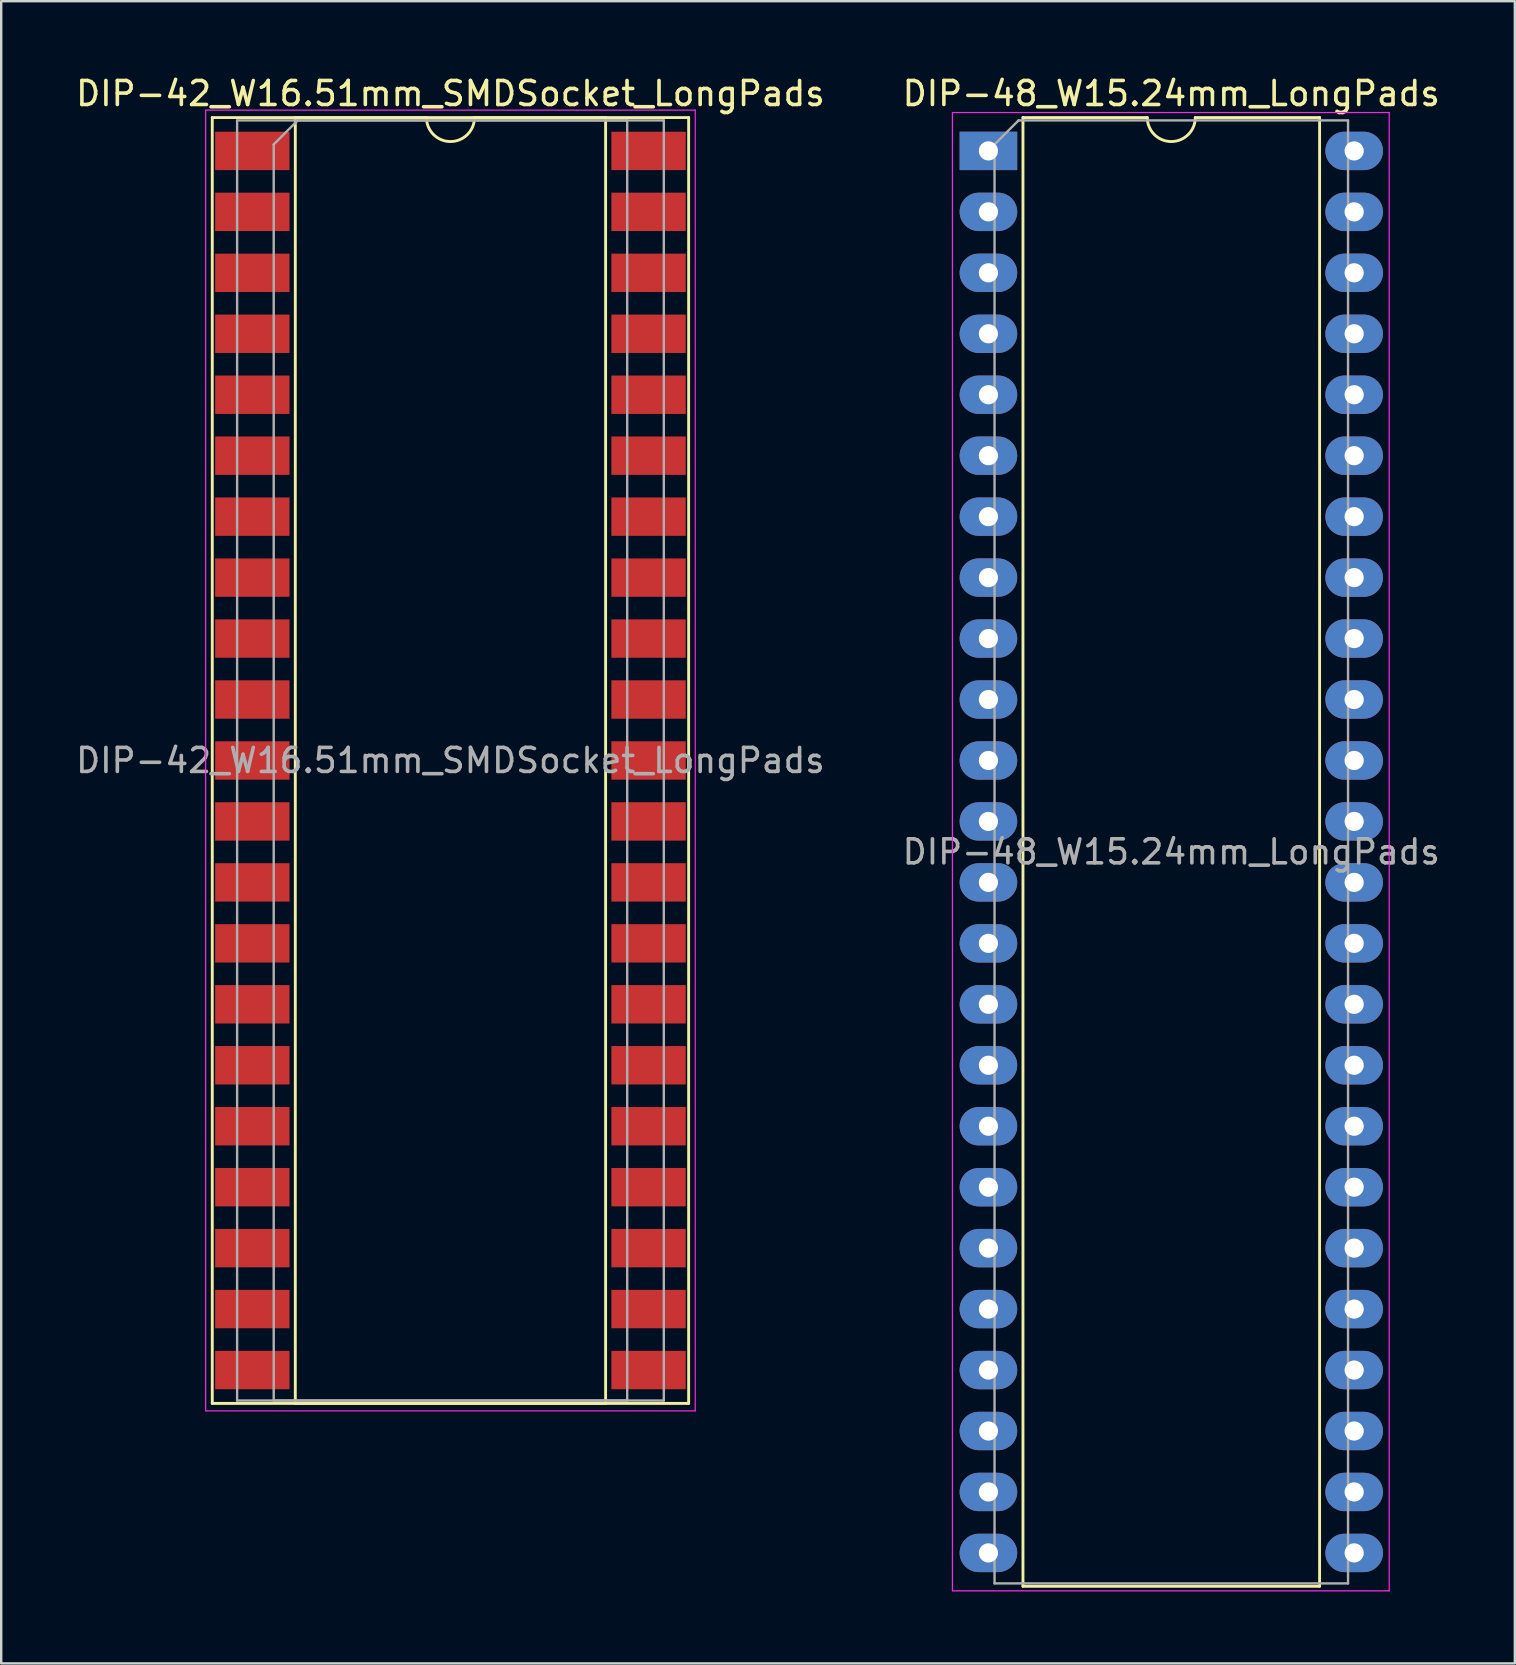
<source format=kicad_pcb>
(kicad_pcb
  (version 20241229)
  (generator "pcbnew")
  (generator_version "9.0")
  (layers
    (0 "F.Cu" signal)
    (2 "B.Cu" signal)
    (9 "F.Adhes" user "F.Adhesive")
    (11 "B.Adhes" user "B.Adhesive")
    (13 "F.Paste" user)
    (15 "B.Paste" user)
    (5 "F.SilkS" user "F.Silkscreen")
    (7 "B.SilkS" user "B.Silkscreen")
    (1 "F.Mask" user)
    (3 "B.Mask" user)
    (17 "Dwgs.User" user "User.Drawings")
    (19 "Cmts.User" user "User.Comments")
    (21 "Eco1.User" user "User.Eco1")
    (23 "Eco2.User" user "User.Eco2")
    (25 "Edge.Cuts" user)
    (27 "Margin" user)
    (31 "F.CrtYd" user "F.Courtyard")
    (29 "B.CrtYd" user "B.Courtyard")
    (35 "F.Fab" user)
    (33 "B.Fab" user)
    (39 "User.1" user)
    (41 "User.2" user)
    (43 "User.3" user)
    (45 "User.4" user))
  (footprint "DIP-42_W16.51mm_SMDSocket_LongPads"
    (layer "F.Cu")
    (at 15.72 28.638)
    (property "Reference" "DIP-42_W16.51mm_SMDSocket_LongPads" (at 0 -27.79 0) (layer "F.SilkS") (effects (font (size 1 1) (thickness 0.15))))
    (attr smd)
    (fp_line (start -9.925 -26.79) (end -9.925 26.79) (stroke (width 0.12) (type solid)) (layer "F.SilkS"))
    (fp_line (start -9.925 26.79) (end 9.925 26.79) (stroke (width 0.12) (type solid)) (layer "F.SilkS"))
    (fp_line (start -6.465 -26.79) (end -6.465 26.79) (stroke (width 0.12) (type solid)) (layer "F.SilkS"))
    (fp_line (start -6.465 26.79) (end 6.465 26.79) (stroke (width 0.12) (type solid)) (layer "F.SilkS"))
    (fp_line (start -1 -26.79) (end -6.465 -26.79) (stroke (width 0.12) (type solid)) (layer "F.SilkS"))
    (fp_line (start 6.465 -26.79) (end 1 -26.79) (stroke (width 0.12) (type solid)) (layer "F.SilkS"))
    (fp_line (start 6.465 26.79) (end 6.465 -26.79) (stroke (width 0.12) (type solid)) (layer "F.SilkS"))
    (fp_line (start 9.925 -26.79) (end -9.925 -26.79) (stroke (width 0.12) (type solid)) (layer "F.SilkS"))
    (fp_line (start 9.925 26.79) (end 9.925 -26.79) (stroke (width 0.12) (type solid)) (layer "F.SilkS"))
    (fp_arc (start 1 -26.79) (mid 0 -25.79) (end -1 -26.79) (stroke (width 0.12) (type solid)) (layer "F.SilkS"))
    (fp_line (start -10.2 -27.1) (end -10.2 27.1) (stroke (width 0.05) (type solid)) (layer "F.CrtYd"))
    (fp_line (start -10.2 27.1) (end 10.2 27.1) (stroke (width 0.05) (type solid)) (layer "F.CrtYd"))
    (fp_line (start 10.2 -27.1) (end -10.2 -27.1) (stroke (width 0.05) (type solid)) (layer "F.CrtYd"))
    (fp_line (start 10.2 27.1) (end 10.2 -27.1) (stroke (width 0.05) (type solid)) (layer "F.CrtYd"))
    (fp_line (start -8.89 -26.67) (end -8.89 26.67) (stroke (width 0.1) (type solid)) (layer "F.Fab"))
    (fp_line (start -8.89 26.67) (end 8.89 26.67) (stroke (width 0.1) (type solid)) (layer "F.Fab"))
    (fp_line (start -7.365 -25.67) (end -6.365 -26.67) (stroke (width 0.1) (type solid)) (layer "F.Fab"))
    (fp_line (start -7.365 26.67) (end -7.365 -25.67) (stroke (width 0.1) (type solid)) (layer "F.Fab"))
    (fp_line (start -6.365 -26.67) (end 7.365 -26.67) (stroke (width 0.1) (type solid)) (layer "F.Fab"))
    (fp_line (start 7.365 -26.67) (end 7.365 26.67) (stroke (width 0.1) (type solid)) (layer "F.Fab"))
    (fp_line (start 7.365 26.67) (end -7.365 26.67) (stroke (width 0.1) (type solid)) (layer "F.Fab"))
    (fp_line (start 8.89 -26.67) (end -8.89 -26.67) (stroke (width 0.1) (type solid)) (layer "F.Fab"))
    (fp_line (start 8.89 26.67) (end 8.89 -26.67) (stroke (width 0.1) (type solid)) (layer "F.Fab"))
    (fp_text user "${REFERENCE}" (at 0 0 0) (layer "F.Fab") (effects (font (size 1 1) (thickness 0.15))))
    (pad "1" smd rect (at -8.255 -25.4) (size 3.1 1.6) (layers "F.Cu" "F.Mask" "F.Paste"))
    (pad "2" smd rect (at -8.255 -22.86) (size 3.1 1.6) (layers "F.Cu" "F.Mask" "F.Paste"))
    (pad "3" smd rect (at -8.255 -20.32) (size 3.1 1.6) (layers "F.Cu" "F.Mask" "F.Paste"))
    (pad "4" smd rect (at -8.255 -17.78) (size 3.1 1.6) (layers "F.Cu" "F.Mask" "F.Paste"))
    (pad "5" smd rect (at -8.255 -15.24) (size 3.1 1.6) (layers "F.Cu" "F.Mask" "F.Paste"))
    (pad "6" smd rect (at -8.255 -12.7) (size 3.1 1.6) (layers "F.Cu" "F.Mask" "F.Paste"))
    (pad "7" smd rect (at -8.255 -10.16) (size 3.1 1.6) (layers "F.Cu" "F.Mask" "F.Paste"))
    (pad "8" smd rect (at -8.255 -7.62) (size 3.1 1.6) (layers "F.Cu" "F.Mask" "F.Paste"))
    (pad "9" smd rect (at -8.255 -5.08) (size 3.1 1.6) (layers "F.Cu" "F.Mask" "F.Paste"))
    (pad "10" smd rect (at -8.255 -2.54) (size 3.1 1.6) (layers "F.Cu" "F.Mask" "F.Paste"))
    (pad "11" smd rect (at -8.255 0) (size 3.1 1.6) (layers "F.Cu" "F.Mask" "F.Paste"))
    (pad "12" smd rect (at -8.255 2.54) (size 3.1 1.6) (layers "F.Cu" "F.Mask" "F.Paste"))
    (pad "13" smd rect (at -8.255 5.08) (size 3.1 1.6) (layers "F.Cu" "F.Mask" "F.Paste"))
    (pad "14" smd rect (at -8.255 7.62) (size 3.1 1.6) (layers "F.Cu" "F.Mask" "F.Paste"))
    (pad "15" smd rect (at -8.255 10.16) (size 3.1 1.6) (layers "F.Cu" "F.Mask" "F.Paste"))
    (pad "16" smd rect (at -8.255 12.7) (size 3.1 1.6) (layers "F.Cu" "F.Mask" "F.Paste"))
    (pad "17" smd rect (at -8.255 15.24) (size 3.1 1.6) (layers "F.Cu" "F.Mask" "F.Paste"))
    (pad "18" smd rect (at -8.255 17.78) (size 3.1 1.6) (layers "F.Cu" "F.Mask" "F.Paste"))
    (pad "19" smd rect (at -8.255 20.32) (size 3.1 1.6) (layers "F.Cu" "F.Mask" "F.Paste"))
    (pad "20" smd rect (at -8.255 22.86) (size 3.1 1.6) (layers "F.Cu" "F.Mask" "F.Paste"))
    (pad "21" smd rect (at -8.255 25.4) (size 3.1 1.6) (layers "F.Cu" "F.Mask" "F.Paste"))
    (pad "22" smd rect (at 8.255 25.4) (size 3.1 1.6) (layers "F.Cu" "F.Mask" "F.Paste"))
    (pad "23" smd rect (at 8.255 22.86) (size 3.1 1.6) (layers "F.Cu" "F.Mask" "F.Paste"))
    (pad "24" smd rect (at 8.255 20.32) (size 3.1 1.6) (layers "F.Cu" "F.Mask" "F.Paste"))
    (pad "25" smd rect (at 8.255 17.78) (size 3.1 1.6) (layers "F.Cu" "F.Mask" "F.Paste"))
    (pad "26" smd rect (at 8.255 15.24) (size 3.1 1.6) (layers "F.Cu" "F.Mask" "F.Paste"))
    (pad "27" smd rect (at 8.255 12.7) (size 3.1 1.6) (layers "F.Cu" "F.Mask" "F.Paste"))
    (pad "28" smd rect (at 8.255 10.16) (size 3.1 1.6) (layers "F.Cu" "F.Mask" "F.Paste"))
    (pad "29" smd rect (at 8.255 7.62) (size 3.1 1.6) (layers "F.Cu" "F.Mask" "F.Paste"))
    (pad "30" smd rect (at 8.255 5.08) (size 3.1 1.6) (layers "F.Cu" "F.Mask" "F.Paste"))
    (pad "31" smd rect (at 8.255 2.54) (size 3.1 1.6) (layers "F.Cu" "F.Mask" "F.Paste"))
    (pad "32" smd rect (at 8.255 0) (size 3.1 1.6) (layers "F.Cu" "F.Mask" "F.Paste"))
    (pad "33" smd rect (at 8.255 -2.54) (size 3.1 1.6) (layers "F.Cu" "F.Mask" "F.Paste"))
    (pad "34" smd rect (at 8.255 -5.08) (size 3.1 1.6) (layers "F.Cu" "F.Mask" "F.Paste"))
    (pad "35" smd rect (at 8.255 -7.62) (size 3.1 1.6) (layers "F.Cu" "F.Mask" "F.Paste"))
    (pad "36" smd rect (at 8.255 -10.16) (size 3.1 1.6) (layers "F.Cu" "F.Mask" "F.Paste"))
    (pad "37" smd rect (at 8.255 -12.7) (size 3.1 1.6) (layers "F.Cu" "F.Mask" "F.Paste"))
    (pad "38" smd rect (at 8.255 -15.24) (size 3.1 1.6) (layers "F.Cu" "F.Mask" "F.Paste"))
    (pad "39" smd rect (at 8.255 -17.78) (size 3.1 1.6) (layers "F.Cu" "F.Mask" "F.Paste"))
    (pad "40" smd rect (at 8.255 -20.32) (size 3.1 1.6) (layers "F.Cu" "F.Mask" "F.Paste"))
    (pad "41" smd rect (at 8.255 -22.86) (size 3.1 1.6) (layers "F.Cu" "F.Mask" "F.Paste"))
    (pad "42" smd rect (at 8.255 -25.4) (size 3.1 1.6) (layers "F.Cu" "F.Mask" "F.Paste")))
  (footprint "DIP-48_W15.24mm_LongPads"
    (layer "F.Cu")
    (at 38.136 3.238)
    (property "Reference" "DIP-48_W15.24mm_LongPads" (at 7.62 -2.39 0) (layer "F.SilkS") (effects (font (size 1 1) (thickness 0.15))))
    (attr through_hole)
    (fp_line (start 1.44 -1.39) (end 1.44 59.81) (stroke (width 0.12) (type solid)) (layer "F.SilkS"))
    (fp_line (start 1.44 59.81) (end 13.8 59.81) (stroke (width 0.12) (type solid)) (layer "F.SilkS"))
    (fp_line (start 6.62 -1.39) (end 1.44 -1.39) (stroke (width 0.12) (type solid)) (layer "F.SilkS"))
    (fp_line (start 13.8 -1.39) (end 8.62 -1.39) (stroke (width 0.12) (type solid)) (layer "F.SilkS"))
    (fp_line (start 13.8 59.81) (end 13.8 -1.39) (stroke (width 0.12) (type solid)) (layer "F.SilkS"))
    (fp_arc (start 8.62 -1.39) (mid 7.62 -0.39) (end 6.62 -1.39) (stroke (width 0.12) (type solid)) (layer "F.SilkS"))
    (fp_line (start -1.5 -1.6) (end -1.5 60) (stroke (width 0.05) (type solid)) (layer "F.CrtYd"))
    (fp_line (start -1.5 60) (end 16.7 60) (stroke (width 0.05) (type solid)) (layer "F.CrtYd"))
    (fp_line (start 16.7 -1.6) (end -1.5 -1.6) (stroke (width 0.05) (type solid)) (layer "F.CrtYd"))
    (fp_line (start 16.7 60) (end 16.7 -1.6) (stroke (width 0.05) (type solid)) (layer "F.CrtYd"))
    (fp_line (start 0.255 -0.27) (end 1.255 -1.27) (stroke (width 0.1) (type solid)) (layer "F.Fab"))
    (fp_line (start 0.255 59.69) (end 0.255 -0.27) (stroke (width 0.1) (type solid)) (layer "F.Fab"))
    (fp_line (start 1.255 -1.27) (end 14.985 -1.27) (stroke (width 0.1) (type solid)) (layer "F.Fab"))
    (fp_line (start 14.985 -1.27) (end 14.985 59.69) (stroke (width 0.1) (type solid)) (layer "F.Fab"))
    (fp_line (start 14.985 59.69) (end 0.255 59.69) (stroke (width 0.1) (type solid)) (layer "F.Fab"))
    (fp_text user "${REFERENCE}" (at 7.62 29.21 0) (layer "F.Fab") (effects (font (size 1 1) (thickness 0.15))))
    (pad "1" thru_hole rect (at 0 0) (size 2.4 1.6) (drill 0.8) (layers "*.Cu" "*.Mask"))
    (pad "2" thru_hole oval (at 0 2.54) (size 2.4 1.6) (drill 0.8) (layers "*.Cu" "*.Mask"))
    (pad "3" thru_hole oval (at 0 5.08) (size 2.4 1.6) (drill 0.8) (layers "*.Cu" "*.Mask"))
    (pad "4" thru_hole oval (at 0 7.62) (size 2.4 1.6) (drill 0.8) (layers "*.Cu" "*.Mask"))
    (pad "5" thru_hole oval (at 0 10.16) (size 2.4 1.6) (drill 0.8) (layers "*.Cu" "*.Mask"))
    (pad "6" thru_hole oval (at 0 12.7) (size 2.4 1.6) (drill 0.8) (layers "*.Cu" "*.Mask"))
    (pad "7" thru_hole oval (at 0 15.24) (size 2.4 1.6) (drill 0.8) (layers "*.Cu" "*.Mask"))
    (pad "8" thru_hole oval (at 0 17.78) (size 2.4 1.6) (drill 0.8) (layers "*.Cu" "*.Mask"))
    (pad "9" thru_hole oval (at 0 20.32) (size 2.4 1.6) (drill 0.8) (layers "*.Cu" "*.Mask"))
    (pad "10" thru_hole oval (at 0 22.86) (size 2.4 1.6) (drill 0.8) (layers "*.Cu" "*.Mask"))
    (pad "11" thru_hole oval (at 0 25.4) (size 2.4 1.6) (drill 0.8) (layers "*.Cu" "*.Mask"))
    (pad "12" thru_hole oval (at 0 27.94) (size 2.4 1.6) (drill 0.8) (layers "*.Cu" "*.Mask"))
    (pad "13" thru_hole oval (at 0 30.48) (size 2.4 1.6) (drill 0.8) (layers "*.Cu" "*.Mask"))
    (pad "14" thru_hole oval (at 0 33.02) (size 2.4 1.6) (drill 0.8) (layers "*.Cu" "*.Mask"))
    (pad "15" thru_hole oval (at 0 35.56) (size 2.4 1.6) (drill 0.8) (layers "*.Cu" "*.Mask"))
    (pad "16" thru_hole oval (at 0 38.1) (size 2.4 1.6) (drill 0.8) (layers "*.Cu" "*.Mask"))
    (pad "17" thru_hole oval (at 0 40.64) (size 2.4 1.6) (drill 0.8) (layers "*.Cu" "*.Mask"))
    (pad "18" thru_hole oval (at 0 43.18) (size 2.4 1.6) (drill 0.8) (layers "*.Cu" "*.Mask"))
    (pad "19" thru_hole oval (at 0 45.72) (size 2.4 1.6) (drill 0.8) (layers "*.Cu" "*.Mask"))
    (pad "20" thru_hole oval (at 0 48.26) (size 2.4 1.6) (drill 0.8) (layers "*.Cu" "*.Mask"))
    (pad "21" thru_hole oval (at 0 50.8) (size 2.4 1.6) (drill 0.8) (layers "*.Cu" "*.Mask"))
    (pad "22" thru_hole oval (at 0 53.34) (size 2.4 1.6) (drill 0.8) (layers "*.Cu" "*.Mask"))
    (pad "23" thru_hole oval (at 0 55.88) (size 2.4 1.6) (drill 0.8) (layers "*.Cu" "*.Mask"))
    (pad "24" thru_hole oval (at 0 58.42) (size 2.4 1.6) (drill 0.8) (layers "*.Cu" "*.Mask"))
    (pad "25" thru_hole oval (at 15.24 58.42) (size 2.4 1.6) (drill 0.8) (layers "*.Cu" "*.Mask"))
    (pad "26" thru_hole oval (at 15.24 55.88) (size 2.4 1.6) (drill 0.8) (layers "*.Cu" "*.Mask"))
    (pad "27" thru_hole oval (at 15.24 53.34) (size 2.4 1.6) (drill 0.8) (layers "*.Cu" "*.Mask"))
    (pad "28" thru_hole oval (at 15.24 50.8) (size 2.4 1.6) (drill 0.8) (layers "*.Cu" "*.Mask"))
    (pad "29" thru_hole oval (at 15.24 48.26) (size 2.4 1.6) (drill 0.8) (layers "*.Cu" "*.Mask"))
    (pad "30" thru_hole oval (at 15.24 45.72) (size 2.4 1.6) (drill 0.8) (layers "*.Cu" "*.Mask"))
    (pad "31" thru_hole oval (at 15.24 43.18) (size 2.4 1.6) (drill 0.8) (layers "*.Cu" "*.Mask"))
    (pad "32" thru_hole oval (at 15.24 40.64) (size 2.4 1.6) (drill 0.8) (layers "*.Cu" "*.Mask"))
    (pad "33" thru_hole oval (at 15.24 38.1) (size 2.4 1.6) (drill 0.8) (layers "*.Cu" "*.Mask"))
    (pad "34" thru_hole oval (at 15.24 35.56) (size 2.4 1.6) (drill 0.8) (layers "*.Cu" "*.Mask"))
    (pad "35" thru_hole oval (at 15.24 33.02) (size 2.4 1.6) (drill 0.8) (layers "*.Cu" "*.Mask"))
    (pad "36" thru_hole oval (at 15.24 30.48) (size 2.4 1.6) (drill 0.8) (layers "*.Cu" "*.Mask"))
    (pad "37" thru_hole oval (at 15.24 27.94) (size 2.4 1.6) (drill 0.8) (layers "*.Cu" "*.Mask"))
    (pad "38" thru_hole oval (at 15.24 25.4) (size 2.4 1.6) (drill 0.8) (layers "*.Cu" "*.Mask"))
    (pad "39" thru_hole oval (at 15.24 22.86) (size 2.4 1.6) (drill 0.8) (layers "*.Cu" "*.Mask"))
    (pad "40" thru_hole oval (at 15.24 20.32) (size 2.4 1.6) (drill 0.8) (layers "*.Cu" "*.Mask"))
    (pad "41" thru_hole oval (at 15.24 17.78) (size 2.4 1.6) (drill 0.8) (layers "*.Cu" "*.Mask"))
    (pad "42" thru_hole oval (at 15.24 15.24) (size 2.4 1.6) (drill 0.8) (layers "*.Cu" "*.Mask"))
    (pad "43" thru_hole oval (at 15.24 12.7) (size 2.4 1.6) (drill 0.8) (layers "*.Cu" "*.Mask"))
    (pad "44" thru_hole oval (at 15.24 10.16) (size 2.4 1.6) (drill 0.8) (layers "*.Cu" "*.Mask"))
    (pad "45" thru_hole oval (at 15.24 7.62) (size 2.4 1.6) (drill 0.8) (layers "*.Cu" "*.Mask"))
    (pad "46" thru_hole oval (at 15.24 5.08) (size 2.4 1.6) (drill 0.8) (layers "*.Cu" "*.Mask"))
    (pad "47" thru_hole oval (at 15.24 2.54) (size 2.4 1.6) (drill 0.8) (layers "*.Cu" "*.Mask"))
    (pad "48" thru_hole oval (at 15.24 0) (size 2.4 1.6) (drill 0.8) (layers "*.Cu" "*.Mask")))
  (gr_rect
    (start -3 -3)
    (end 60.071 66.263)
    (stroke (width 0.1) (type default))
    (fill no)
    (layer "Edge.Cuts")))
</source>
